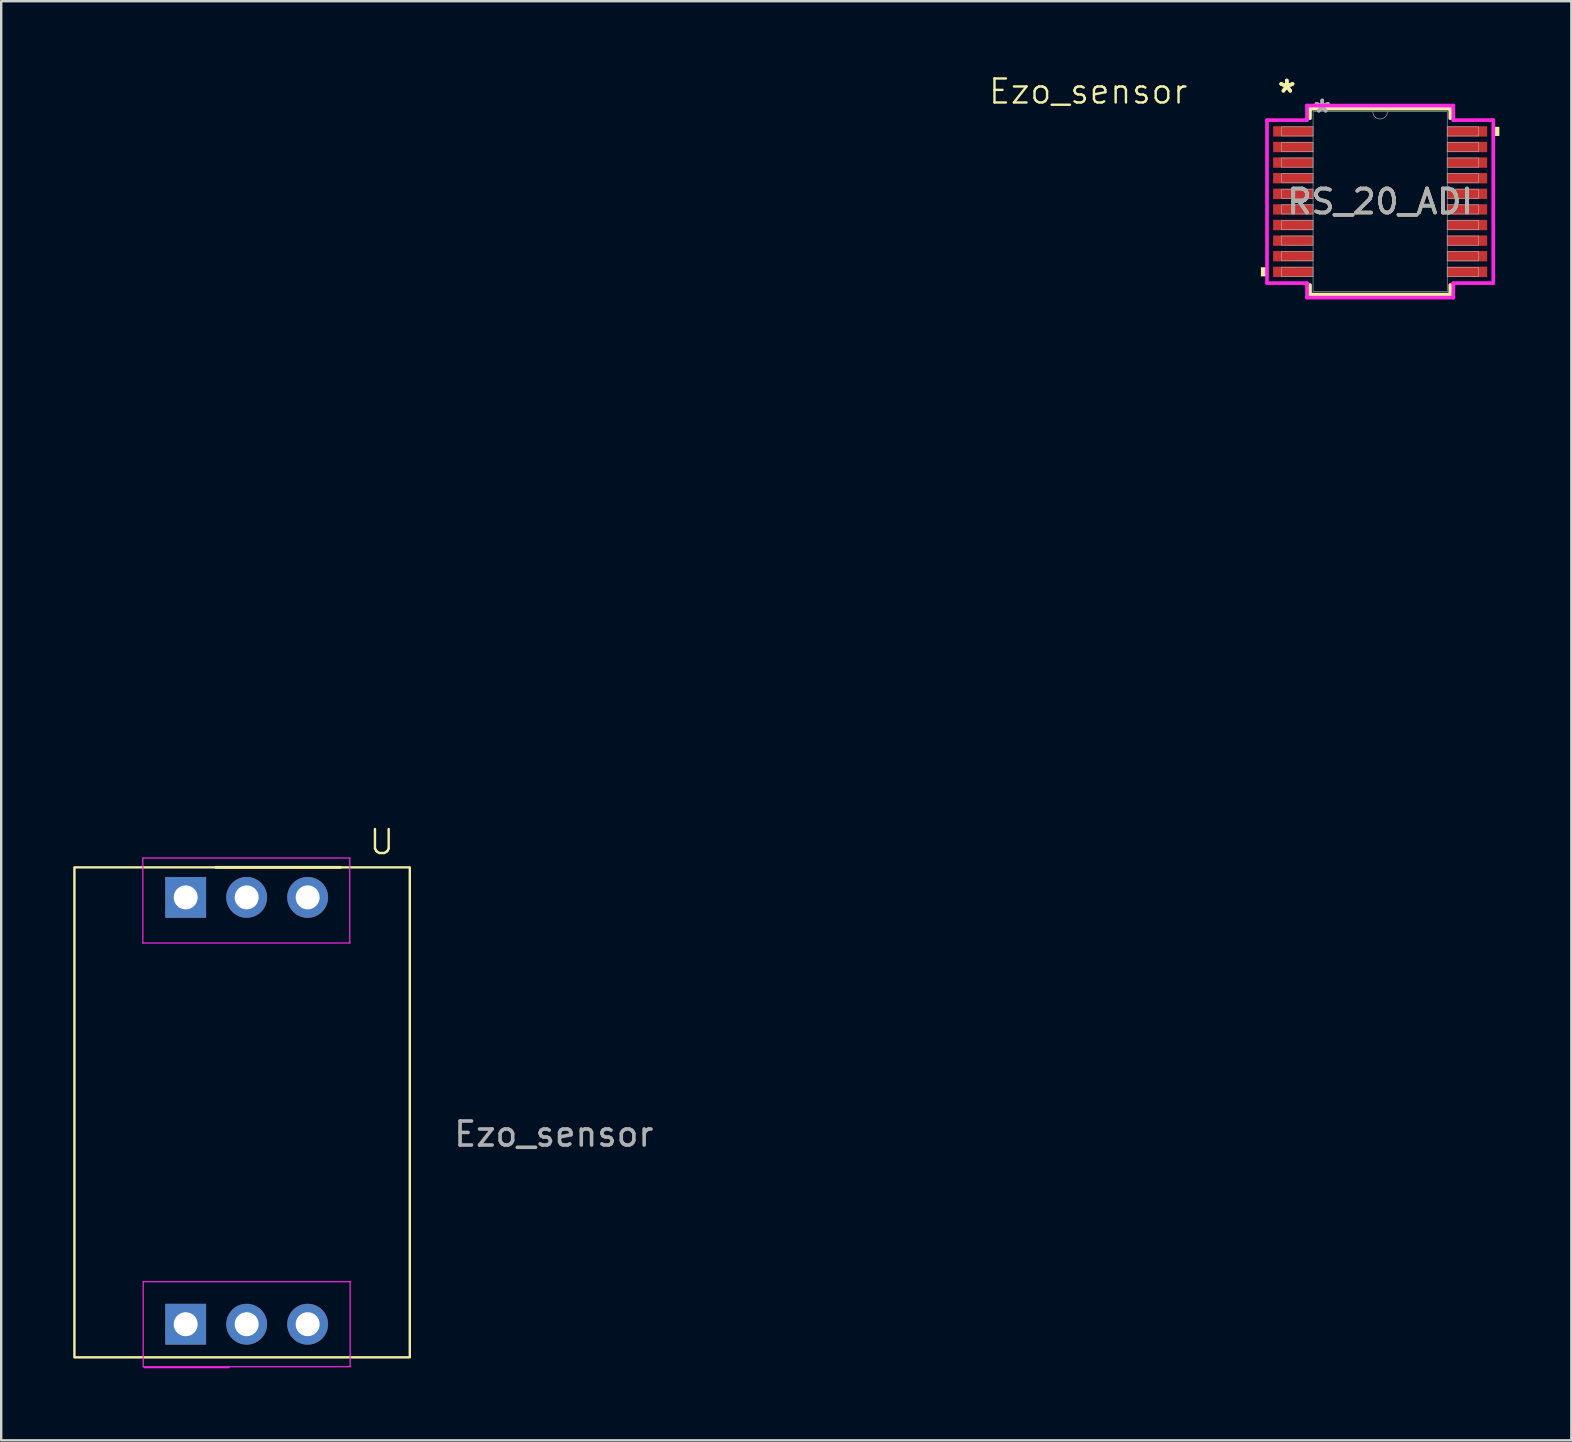
<source format=kicad_pcb>
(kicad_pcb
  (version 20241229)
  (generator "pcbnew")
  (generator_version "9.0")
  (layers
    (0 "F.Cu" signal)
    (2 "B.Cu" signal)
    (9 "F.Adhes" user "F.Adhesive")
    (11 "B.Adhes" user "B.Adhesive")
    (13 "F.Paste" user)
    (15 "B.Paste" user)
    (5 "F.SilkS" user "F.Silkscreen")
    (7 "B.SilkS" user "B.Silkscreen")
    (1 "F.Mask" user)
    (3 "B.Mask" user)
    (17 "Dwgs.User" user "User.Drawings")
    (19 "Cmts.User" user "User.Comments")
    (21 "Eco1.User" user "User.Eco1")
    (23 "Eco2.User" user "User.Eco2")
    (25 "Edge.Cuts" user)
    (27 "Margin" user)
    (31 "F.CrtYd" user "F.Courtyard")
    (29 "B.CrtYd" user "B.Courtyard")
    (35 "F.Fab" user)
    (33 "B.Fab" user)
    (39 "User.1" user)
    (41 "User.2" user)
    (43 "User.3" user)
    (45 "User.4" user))
  (footprint "Ezo_sensor"
    (layer "F.Cu")
    (at 13.765 31.11)
    (property "Reference" "Ezo_sensor" (at 28.515 -30.35 0) (unlocked yes) (layer "F.SilkS") (effects (font (size 1 1) (thickness 0.1))))
    (attr smd)
    (fp_line (start -7.825 1.97) (end -2.635 1.97) (stroke (width 0.12) (type solid)) (layer "F.SilkS"))
    (fp_rect (start -13.715 1.97) (end 0.255 22.38) (stroke (width 0.1) (type solid)) (fill no) (layer "F.SilkS"))
    (fp_line (start -10.865 1.58) (end -10.865 5.12) (stroke (width 0.05) (type solid)) (layer "F.CrtYd"))
    (fp_line (start -10.865 5.12) (end -2.245 5.12) (stroke (width 0.05) (type solid)) (layer "F.CrtYd"))
    (fp_line (start -10.85 19.23) (end -10.85 22.77) (stroke (width 0.05) (type solid)) (layer "F.CrtYd"))
    (fp_line (start -10.85 22.77) (end -2.23 22.77) (stroke (width 0.05) (type solid)) (layer "F.CrtYd"))
    (fp_line (start -10.81 22.81) (end -7.27 22.81) (stroke (width 0.05) (type solid)) (layer "F.CrtYd"))
    (fp_line (start -2.245 1.58) (end -10.865 1.58) (stroke (width 0.05) (type solid)) (layer "F.CrtYd"))
    (fp_line (start -2.245 5.12) (end -2.245 1.58) (stroke (width 0.05) (type solid)) (layer "F.CrtYd"))
    (fp_line (start -2.23 19.23) (end -10.85 19.23) (stroke (width 0.05) (type solid)) (layer "F.CrtYd"))
    (fp_line (start -2.23 22.77) (end -2.23 19.23) (stroke (width 0.05) (type solid)) (layer "F.CrtYd"))
    (fp_text user "U" (at -1.5 1.5 0) (unlocked yes) (layer "F.SilkS") (effects (font (size 1 1) (thickness 0.1)) (justify left bottom)))
    (fp_text user "${REFERENCE}" (at 6.255 13.08 0) (unlocked yes) (layer "F.Fab") (effects (font (size 1 1) (thickness 0.15))))
    (pad "1" thru_hole rect (at -9.08 21 90) (size 1.7 1.7) (drill 1) (layers "*.Cu" "*.Mask"))
    (pad "2" thru_hole circle (at -6.54 21 90) (size 1.7 1.7) (drill 1) (layers "*.Cu" "*.Mask"))
    (pad "3" thru_hole circle (at -4 21 90) (size 1.7 1.7) (drill 1) (layers "*.Cu" "*.Mask"))
    (pad "4" thru_hole rect (at -9.08 3.22 90) (size 1.7 1.7) (drill 1) (layers "*.Cu" "*.Mask"))
    (pad "5" thru_hole circle (at -6.54 3.22 90) (size 1.7 1.7) (drill 1) (layers "*.Cu" "*.Mask"))
    (pad "6" thru_hole circle (at -4 3.22 90) (size 1.7 1.7) (drill 1) (layers "*.Cu" "*.Mask")))
  (footprint "RS_20_ADI"
    (layer "F.Cu")
    (at 54.439 5.348)
    (property "Reference" "RS_20_ADI" (at 0 0 0) (unlocked yes) (layer "F.SilkS") (effects (font (size 1 1) (thickness 0.15))))
    (attr smd)
    (fp_line (start -2.921 -3.873) (end -2.921 -3.474) (stroke (width 0.152) (type solid)) (layer "F.SilkS"))
    (fp_line (start -2.921 3.474) (end -2.921 3.873) (stroke (width 0.152) (type solid)) (layer "F.SilkS"))
    (fp_line (start -2.921 3.873) (end 2.921 3.873) (stroke (width 0.152) (type solid)) (layer "F.SilkS"))
    (fp_line (start 2.921 -3.873) (end -2.921 -3.873) (stroke (width 0.152) (type solid)) (layer "F.SilkS"))
    (fp_line (start 2.921 -3.474) (end 2.921 -3.873) (stroke (width 0.152) (type solid)) (layer "F.SilkS"))
    (fp_line (start 2.921 3.873) (end 2.921 3.474) (stroke (width 0.152) (type solid)) (layer "F.SilkS"))
    (fp_poly (pts (xy -4.966 2.734) (xy -4.966 3.115) (xy -4.712 3.115) (xy -4.712 2.734)) (stroke (width 0) (type solid)) (fill yes) (layer "F.SilkS"))
    (fp_poly (pts (xy 4.966 -3.115) (xy 4.966 -2.734) (xy 4.712 -2.734) (xy 4.712 -3.115)) (stroke (width 0) (type solid)) (fill yes) (layer "F.SilkS"))
    (fp_line (start -4.712 -3.395) (end -3.048 -3.395) (stroke (width 0.152) (type solid)) (layer "F.CrtYd"))
    (fp_line (start -4.712 3.395) (end -4.712 -3.395) (stroke (width 0.152) (type solid)) (layer "F.CrtYd"))
    (fp_line (start -4.712 3.395) (end -3.048 3.395) (stroke (width 0.152) (type solid)) (layer "F.CrtYd"))
    (fp_line (start -3.048 -4) (end 3.048 -4) (stroke (width 0.152) (type solid)) (layer "F.CrtYd"))
    (fp_line (start -3.048 -3.395) (end -3.048 -4) (stroke (width 0.152) (type solid)) (layer "F.CrtYd"))
    (fp_line (start -3.048 4) (end -3.048 3.395) (stroke (width 0.152) (type solid)) (layer "F.CrtYd"))
    (fp_line (start 3.048 -4) (end 3.048 -3.395) (stroke (width 0.152) (type solid)) (layer "F.CrtYd"))
    (fp_line (start 3.048 3.395) (end 3.048 4) (stroke (width 0.152) (type solid)) (layer "F.CrtYd"))
    (fp_line (start 3.048 4) (end -3.048 4) (stroke (width 0.152) (type solid)) (layer "F.CrtYd"))
    (fp_line (start 4.712 -3.395) (end 3.048 -3.395) (stroke (width 0.152) (type solid)) (layer "F.CrtYd"))
    (fp_line (start 4.712 -3.395) (end 4.712 3.395) (stroke (width 0.152) (type solid)) (layer "F.CrtYd"))
    (fp_line (start 4.712 3.395) (end 3.048 3.395) (stroke (width 0.152) (type solid)) (layer "F.CrtYd"))
    (fp_line (start -4.102 -3.116) (end -4.102 -2.735) (stroke (width 0.025) (type solid)) (layer "F.Fab"))
    (fp_line (start -4.102 -2.735) (end -2.794 -2.735) (stroke (width 0.025) (type solid)) (layer "F.Fab"))
    (fp_line (start -4.102 -2.466) (end -4.102 -2.084) (stroke (width 0.025) (type solid)) (layer "F.Fab"))
    (fp_line (start -4.102 -2.084) (end -2.794 -2.084) (stroke (width 0.025) (type solid)) (layer "F.Fab"))
    (fp_line (start -4.102 -1.816) (end -4.102 -1.435) (stroke (width 0.025) (type solid)) (layer "F.Fab"))
    (fp_line (start -4.102 -1.435) (end -2.794 -1.435) (stroke (width 0.025) (type solid)) (layer "F.Fab"))
    (fp_line (start -4.102 -1.166) (end -4.102 -0.785) (stroke (width 0.025) (type solid)) (layer "F.Fab"))
    (fp_line (start -4.102 -0.785) (end -2.794 -0.785) (stroke (width 0.025) (type solid)) (layer "F.Fab"))
    (fp_line (start -4.102 -0.516) (end -4.102 -0.135) (stroke (width 0.025) (type solid)) (layer "F.Fab"))
    (fp_line (start -4.102 -0.135) (end -2.794 -0.135) (stroke (width 0.025) (type solid)) (layer "F.Fab"))
    (fp_line (start -4.102 0.134) (end -4.102 0.515) (stroke (width 0.025) (type solid)) (layer "F.Fab"))
    (fp_line (start -4.102 0.515) (end -2.794 0.515) (stroke (width 0.025) (type solid)) (layer "F.Fab"))
    (fp_line (start -4.102 0.784) (end -4.102 1.165) (stroke (width 0.025) (type solid)) (layer "F.Fab"))
    (fp_line (start -4.102 1.165) (end -2.794 1.165) (stroke (width 0.025) (type solid)) (layer "F.Fab"))
    (fp_line (start -4.102 1.434) (end -4.102 1.815) (stroke (width 0.025) (type solid)) (layer "F.Fab"))
    (fp_line (start -4.102 1.815) (end -2.794 1.815) (stroke (width 0.025) (type solid)) (layer "F.Fab"))
    (fp_line (start -4.102 2.084) (end -4.102 2.465) (stroke (width 0.025) (type solid)) (layer "F.Fab"))
    (fp_line (start -4.102 2.465) (end -2.794 2.465) (stroke (width 0.025) (type solid)) (layer "F.Fab"))
    (fp_line (start -4.102 2.734) (end -4.102 3.115) (stroke (width 0.025) (type solid)) (layer "F.Fab"))
    (fp_line (start -4.102 3.115) (end -2.794 3.115) (stroke (width 0.025) (type solid)) (layer "F.Fab"))
    (fp_line (start -2.794 -3.747) (end -2.794 3.747) (stroke (width 0.025) (type solid)) (layer "F.Fab"))
    (fp_line (start -2.794 -3.116) (end -4.102 -3.116) (stroke (width 0.025) (type solid)) (layer "F.Fab"))
    (fp_line (start -2.794 -2.735) (end -2.794 -3.116) (stroke (width 0.025) (type solid)) (layer "F.Fab"))
    (fp_line (start -2.794 -2.466) (end -4.102 -2.466) (stroke (width 0.025) (type solid)) (layer "F.Fab"))
    (fp_line (start -2.794 -2.084) (end -2.794 -2.466) (stroke (width 0.025) (type solid)) (layer "F.Fab"))
    (fp_line (start -2.794 -1.816) (end -4.102 -1.816) (stroke (width 0.025) (type solid)) (layer "F.Fab"))
    (fp_line (start -2.794 -1.435) (end -2.794 -1.816) (stroke (width 0.025) (type solid)) (layer "F.Fab"))
    (fp_line (start -2.794 -1.166) (end -4.102 -1.166) (stroke (width 0.025) (type solid)) (layer "F.Fab"))
    (fp_line (start -2.794 -0.785) (end -2.794 -1.166) (stroke (width 0.025) (type solid)) (layer "F.Fab"))
    (fp_line (start -2.794 -0.516) (end -4.102 -0.516) (stroke (width 0.025) (type solid)) (layer "F.Fab"))
    (fp_line (start -2.794 -0.135) (end -2.794 -0.516) (stroke (width 0.025) (type solid)) (layer "F.Fab"))
    (fp_line (start -2.794 0.134) (end -4.102 0.134) (stroke (width 0.025) (type solid)) (layer "F.Fab"))
    (fp_line (start -2.794 0.515) (end -2.794 0.134) (stroke (width 0.025) (type solid)) (layer "F.Fab"))
    (fp_line (start -2.794 0.784) (end -4.102 0.784) (stroke (width 0.025) (type solid)) (layer "F.Fab"))
    (fp_line (start -2.794 1.165) (end -2.794 0.784) (stroke (width 0.025) (type solid)) (layer "F.Fab"))
    (fp_line (start -2.794 1.434) (end -4.102 1.434) (stroke (width 0.025) (type solid)) (layer "F.Fab"))
    (fp_line (start -2.794 1.815) (end -2.794 1.434) (stroke (width 0.025) (type solid)) (layer "F.Fab"))
    (fp_line (start -2.794 2.084) (end -4.102 2.084) (stroke (width 0.025) (type solid)) (layer "F.Fab"))
    (fp_line (start -2.794 2.465) (end -2.794 2.084) (stroke (width 0.025) (type solid)) (layer "F.Fab"))
    (fp_line (start -2.794 2.734) (end -4.102 2.734) (stroke (width 0.025) (type solid)) (layer "F.Fab"))
    (fp_line (start -2.794 3.115) (end -2.794 2.734) (stroke (width 0.025) (type solid)) (layer "F.Fab"))
    (fp_line (start -2.794 3.747) (end 2.794 3.747) (stroke (width 0.025) (type solid)) (layer "F.Fab"))
    (fp_line (start 2.794 -3.747) (end -2.794 -3.747) (stroke (width 0.025) (type solid)) (layer "F.Fab"))
    (fp_line (start 2.794 -3.115) (end 2.794 -2.734) (stroke (width 0.025) (type solid)) (layer "F.Fab"))
    (fp_line (start 2.794 -2.734) (end 4.102 -2.734) (stroke (width 0.025) (type solid)) (layer "F.Fab"))
    (fp_line (start 2.794 -2.465) (end 2.794 -2.084) (stroke (width 0.025) (type solid)) (layer "F.Fab"))
    (fp_line (start 2.794 -2.084) (end 4.102 -2.084) (stroke (width 0.025) (type solid)) (layer "F.Fab"))
    (fp_line (start 2.794 -1.815) (end 2.794 -1.434) (stroke (width 0.025) (type solid)) (layer "F.Fab"))
    (fp_line (start 2.794 -1.434) (end 4.102 -1.434) (stroke (width 0.025) (type solid)) (layer "F.Fab"))
    (fp_line (start 2.794 -1.165) (end 2.794 -0.784) (stroke (width 0.025) (type solid)) (layer "F.Fab"))
    (fp_line (start 2.794 -0.784) (end 4.102 -0.784) (stroke (width 0.025) (type solid)) (layer "F.Fab"))
    (fp_line (start 2.794 -0.515) (end 2.794 -0.134) (stroke (width 0.025) (type solid)) (layer "F.Fab"))
    (fp_line (start 2.794 -0.134) (end 4.102 -0.134) (stroke (width 0.025) (type solid)) (layer "F.Fab"))
    (fp_line (start 2.794 0.135) (end 2.794 0.516) (stroke (width 0.025) (type solid)) (layer "F.Fab"))
    (fp_line (start 2.794 0.516) (end 4.102 0.516) (stroke (width 0.025) (type solid)) (layer "F.Fab"))
    (fp_line (start 2.794 0.785) (end 2.794 1.166) (stroke (width 0.025) (type solid)) (layer "F.Fab"))
    (fp_line (start 2.794 1.166) (end 4.102 1.166) (stroke (width 0.025) (type solid)) (layer "F.Fab"))
    (fp_line (start 2.794 1.435) (end 2.794 1.816) (stroke (width 0.025) (type solid)) (layer "F.Fab"))
    (fp_line (start 2.794 1.816) (end 4.102 1.816) (stroke (width 0.025) (type solid)) (layer "F.Fab"))
    (fp_line (start 2.794 2.085) (end 2.794 2.466) (stroke (width 0.025) (type solid)) (layer "F.Fab"))
    (fp_line (start 2.794 2.466) (end 4.102 2.466) (stroke (width 0.025) (type solid)) (layer "F.Fab"))
    (fp_line (start 2.794 2.735) (end 2.794 3.116) (stroke (width 0.025) (type solid)) (layer "F.Fab"))
    (fp_line (start 2.794 3.116) (end 4.102 3.116) (stroke (width 0.025) (type solid)) (layer "F.Fab"))
    (fp_line (start 2.794 3.747) (end 2.794 -3.747) (stroke (width 0.025) (type solid)) (layer "F.Fab"))
    (fp_line (start 4.102 -3.115) (end 2.794 -3.115) (stroke (width 0.025) (type solid)) (layer "F.Fab"))
    (fp_line (start 4.102 -2.734) (end 4.102 -3.115) (stroke (width 0.025) (type solid)) (layer "F.Fab"))
    (fp_line (start 4.102 -2.465) (end 2.794 -2.465) (stroke (width 0.025) (type solid)) (layer "F.Fab"))
    (fp_line (start 4.102 -2.084) (end 4.102 -2.465) (stroke (width 0.025) (type solid)) (layer "F.Fab"))
    (fp_line (start 4.102 -1.815) (end 2.794 -1.815) (stroke (width 0.025) (type solid)) (layer "F.Fab"))
    (fp_line (start 4.102 -1.434) (end 4.102 -1.815) (stroke (width 0.025) (type solid)) (layer "F.Fab"))
    (fp_line (start 4.102 -1.165) (end 2.794 -1.165) (stroke (width 0.025) (type solid)) (layer "F.Fab"))
    (fp_line (start 4.102 -0.784) (end 4.102 -1.165) (stroke (width 0.025) (type solid)) (layer "F.Fab"))
    (fp_line (start 4.102 -0.515) (end 2.794 -0.515) (stroke (width 0.025) (type solid)) (layer "F.Fab"))
    (fp_line (start 4.102 -0.134) (end 4.102 -0.515) (stroke (width 0.025) (type solid)) (layer "F.Fab"))
    (fp_line (start 4.102 0.135) (end 2.794 0.135) (stroke (width 0.025) (type solid)) (layer "F.Fab"))
    (fp_line (start 4.102 0.516) (end 4.102 0.135) (stroke (width 0.025) (type solid)) (layer "F.Fab"))
    (fp_line (start 4.102 0.785) (end 2.794 0.785) (stroke (width 0.025) (type solid)) (layer "F.Fab"))
    (fp_line (start 4.102 1.166) (end 4.102 0.785) (stroke (width 0.025) (type solid)) (layer "F.Fab"))
    (fp_line (start 4.102 1.435) (end 2.794 1.435) (stroke (width 0.025) (type solid)) (layer "F.Fab"))
    (fp_line (start 4.102 1.816) (end 4.102 1.435) (stroke (width 0.025) (type solid)) (layer "F.Fab"))
    (fp_line (start 4.102 2.085) (end 2.794 2.085) (stroke (width 0.025) (type solid)) (layer "F.Fab"))
    (fp_line (start 4.102 2.466) (end 4.102 2.085) (stroke (width 0.025) (type solid)) (layer "F.Fab"))
    (fp_line (start 4.102 2.735) (end 2.794 2.735) (stroke (width 0.025) (type solid)) (layer "F.Fab"))
    (fp_line (start 4.102 3.116) (end 4.102 2.735) (stroke (width 0.025) (type solid)) (layer "F.Fab"))
    (fp_arc (start 0.3048 -3.7465) (mid 0 -3.4417) (end -0.3048 -3.7465) (stroke (width 0.0254) (type solid)) (layer "F.Fab"))
    (fp_text user "*" (at -3.886 -4.5 0) (unlocked yes) (layer "F.SilkS") (effects (font (size 1 1) (thickness 0.15))))
    (fp_text user "*" (at -3.886 -4.5 0) (layer "F.SilkS") (effects (font (size 1 1) (thickness 0.15))))
    (fp_text user "*" (at -2.413 -3.67 0) (unlocked yes) (layer "F.Fab") (effects (font (size 1 1) (thickness 0.15))))
    (fp_text user "${REFERENCE}" (at 0 0 0) (unlocked yes) (layer "F.Fab") (effects (font (size 1 1) (thickness 0.15))))
    (fp_text user "*" (at -2.413 -3.67 0) (layer "F.Fab") (effects (font (size 1 1) (thickness 0.15))))
    (pad "1" smd rect (at -3.632 -2.925) (size 1.651 0.432) (layers "F.Cu" "F.Mask" "F.Paste"))
    (pad "2" smd rect (at -3.632 -2.275) (size 1.651 0.432) (layers "F.Cu" "F.Mask" "F.Paste"))
    (pad "3" smd rect (at -3.632 -1.625) (size 1.651 0.432) (layers "F.Cu" "F.Mask" "F.Paste"))
    (pad "4" smd rect (at -3.632 -0.975) (size 1.651 0.432) (layers "F.Cu" "F.Mask" "F.Paste"))
    (pad "5" smd rect (at -3.632 -0.325) (size 1.651 0.432) (layers "F.Cu" "F.Mask" "F.Paste"))
    (pad "6" smd rect (at -3.632 0.325) (size 1.651 0.432) (layers "F.Cu" "F.Mask" "F.Paste"))
    (pad "7" smd rect (at -3.632 0.975) (size 1.651 0.432) (layers "F.Cu" "F.Mask" "F.Paste"))
    (pad "8" smd rect (at -3.632 1.625) (size 1.651 0.432) (layers "F.Cu" "F.Mask" "F.Paste"))
    (pad "9" smd rect (at -3.632 2.275) (size 1.651 0.432) (layers "F.Cu" "F.Mask" "F.Paste"))
    (pad "10" smd rect (at -3.632 2.925) (size 1.651 0.432) (layers "F.Cu" "F.Mask" "F.Paste"))
    (pad "11" smd rect (at 3.632 2.925) (size 1.651 0.432) (layers "F.Cu" "F.Mask" "F.Paste"))
    (pad "12" smd rect (at 3.632 2.275) (size 1.651 0.432) (layers "F.Cu" "F.Mask" "F.Paste"))
    (pad "13" smd rect (at 3.632 1.625) (size 1.651 0.432) (layers "F.Cu" "F.Mask" "F.Paste"))
    (pad "14" smd rect (at 3.632 0.975) (size 1.651 0.432) (layers "F.Cu" "F.Mask" "F.Paste"))
    (pad "15" smd rect (at 3.632 0.325) (size 1.651 0.432) (layers "F.Cu" "F.Mask" "F.Paste"))
    (pad "16" smd rect (at 3.632 -0.325) (size 1.651 0.432) (layers "F.Cu" "F.Mask" "F.Paste"))
    (pad "17" smd rect (at 3.632 -0.975) (size 1.651 0.432) (layers "F.Cu" "F.Mask" "F.Paste"))
    (pad "18" smd rect (at 3.632 -1.625) (size 1.651 0.432) (layers "F.Cu" "F.Mask" "F.Paste"))
    (pad "19" smd rect (at 3.632 -2.275) (size 1.651 0.432) (layers "F.Cu" "F.Mask" "F.Paste"))
    (pad "20" smd rect (at 3.632 -2.925) (size 1.651 0.432) (layers "F.Cu" "F.Mask" "F.Paste")))
  (gr_rect
    (start -3 -3)
    (end 62.404 56.946)
    (stroke (width 0.1) (type default))
    (fill no)
    (layer "Edge.Cuts")))
</source>
